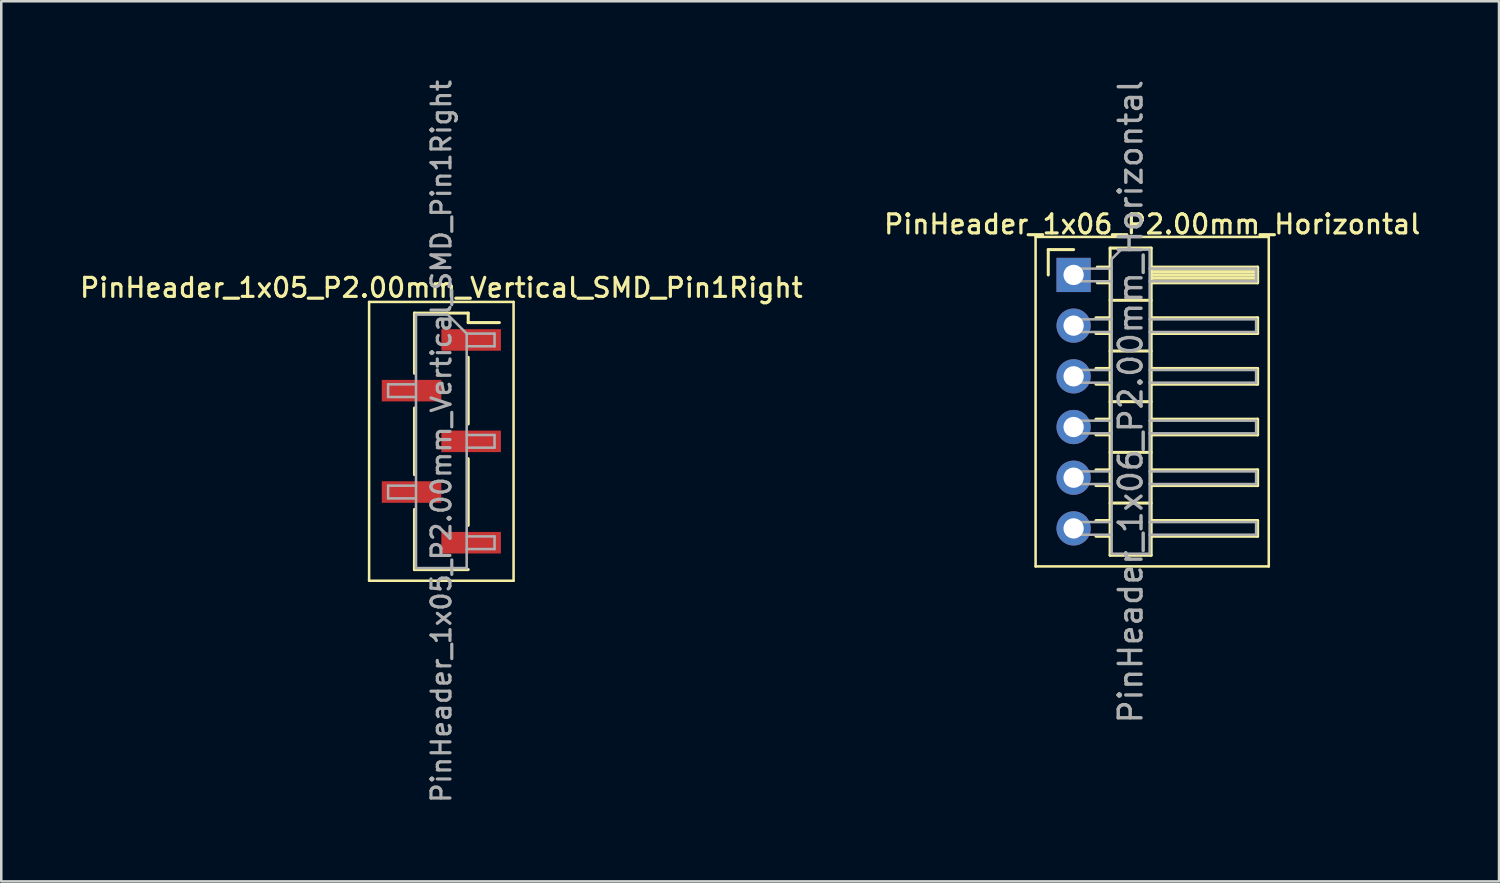
<source format=kicad_pcb>
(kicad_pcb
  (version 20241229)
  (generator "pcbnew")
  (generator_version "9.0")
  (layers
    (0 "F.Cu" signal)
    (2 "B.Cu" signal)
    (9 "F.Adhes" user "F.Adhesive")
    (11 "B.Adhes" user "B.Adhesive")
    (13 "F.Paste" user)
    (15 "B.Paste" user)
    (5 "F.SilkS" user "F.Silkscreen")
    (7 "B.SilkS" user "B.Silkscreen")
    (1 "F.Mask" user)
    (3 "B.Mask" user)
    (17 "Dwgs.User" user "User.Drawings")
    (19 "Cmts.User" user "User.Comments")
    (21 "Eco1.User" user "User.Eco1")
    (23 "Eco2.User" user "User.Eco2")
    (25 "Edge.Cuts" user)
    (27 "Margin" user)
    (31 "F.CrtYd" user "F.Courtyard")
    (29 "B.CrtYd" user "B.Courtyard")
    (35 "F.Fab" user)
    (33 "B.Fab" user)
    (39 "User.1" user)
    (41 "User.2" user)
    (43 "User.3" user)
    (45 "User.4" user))
  (footprint "PinHeader_1x06_P2.00mm_Horizontal"
    (layer "F.Cu")
    (at 39.309 7.798)
    (property "Reference" "PinHeader_1x06_P2.00mm_Horizontal" (at 3.1 -2 0) (layer "F.SilkS") (effects (font (size 0.75 0.75) (thickness 0.125))))
    (attr through_hole)
    (fp_line (start -1.5 -1.5) (end -1.5 11.5) (stroke (width 0.1) (type solid)) (layer "F.SilkS"))
    (fp_line (start -1.5 11.5) (end 7.7 11.5) (stroke (width 0.1) (type solid)) (layer "F.SilkS"))
    (fp_line (start -1 -1) (end 0 -1) (stroke (width 0.12) (type solid)) (layer "F.SilkS"))
    (fp_line (start -1 0) (end -1 -1) (stroke (width 0.12) (type solid)) (layer "F.SilkS"))
    (fp_line (start 0.882 1.69) (end 1.44 1.69) (stroke (width 0.12) (type solid)) (layer "F.SilkS"))
    (fp_line (start 0.882 2.31) (end 1.44 2.31) (stroke (width 0.12) (type solid)) (layer "F.SilkS"))
    (fp_line (start 0.882 3.69) (end 1.44 3.69) (stroke (width 0.12) (type solid)) (layer "F.SilkS"))
    (fp_line (start 0.882 4.31) (end 1.44 4.31) (stroke (width 0.12) (type solid)) (layer "F.SilkS"))
    (fp_line (start 0.882 5.69) (end 1.44 5.69) (stroke (width 0.12) (type solid)) (layer "F.SilkS"))
    (fp_line (start 0.882 6.31) (end 1.44 6.31) (stroke (width 0.12) (type solid)) (layer "F.SilkS"))
    (fp_line (start 0.882 7.69) (end 1.44 7.69) (stroke (width 0.12) (type solid)) (layer "F.SilkS"))
    (fp_line (start 0.882 8.31) (end 1.44 8.31) (stroke (width 0.12) (type solid)) (layer "F.SilkS"))
    (fp_line (start 0.882 9.69) (end 1.44 9.69) (stroke (width 0.12) (type solid)) (layer "F.SilkS"))
    (fp_line (start 0.882 10.31) (end 1.44 10.31) (stroke (width 0.12) (type solid)) (layer "F.SilkS"))
    (fp_line (start 0.935 -0.31) (end 1.44 -0.31) (stroke (width 0.12) (type solid)) (layer "F.SilkS"))
    (fp_line (start 0.935 0.31) (end 1.44 0.31) (stroke (width 0.12) (type solid)) (layer "F.SilkS"))
    (fp_line (start 1.44 -1.06) (end 1.44 11.06) (stroke (width 0.12) (type solid)) (layer "F.SilkS"))
    (fp_line (start 1.44 1) (end 3.06 1) (stroke (width 0.12) (type solid)) (layer "F.SilkS"))
    (fp_line (start 1.44 3) (end 3.06 3) (stroke (width 0.12) (type solid)) (layer "F.SilkS"))
    (fp_line (start 1.44 5) (end 3.06 5) (stroke (width 0.12) (type solid)) (layer "F.SilkS"))
    (fp_line (start 1.44 7) (end 3.06 7) (stroke (width 0.12) (type solid)) (layer "F.SilkS"))
    (fp_line (start 1.44 9) (end 3.06 9) (stroke (width 0.12) (type solid)) (layer "F.SilkS"))
    (fp_line (start 1.44 11.06) (end 3.06 11.06) (stroke (width 0.12) (type solid)) (layer "F.SilkS"))
    (fp_line (start 3.06 -1.06) (end 1.44 -1.06) (stroke (width 0.12) (type solid)) (layer "F.SilkS"))
    (fp_line (start 3.06 -0.31) (end 7.26 -0.31) (stroke (width 0.12) (type solid)) (layer "F.SilkS"))
    (fp_line (start 3.06 -0.25) (end 7.26 -0.25) (stroke (width 0.12) (type solid)) (layer "F.SilkS"))
    (fp_line (start 3.06 -0.13) (end 7.26 -0.13) (stroke (width 0.12) (type solid)) (layer "F.SilkS"))
    (fp_line (start 3.06 -0.01) (end 7.26 -0.01) (stroke (width 0.12) (type solid)) (layer "F.SilkS"))
    (fp_line (start 3.06 0.11) (end 7.26 0.11) (stroke (width 0.12) (type solid)) (layer "F.SilkS"))
    (fp_line (start 3.06 0.23) (end 7.26 0.23) (stroke (width 0.12) (type solid)) (layer "F.SilkS"))
    (fp_line (start 3.06 1.69) (end 7.26 1.69) (stroke (width 0.12) (type solid)) (layer "F.SilkS"))
    (fp_line (start 3.06 3.69) (end 7.26 3.69) (stroke (width 0.12) (type solid)) (layer "F.SilkS"))
    (fp_line (start 3.06 5.69) (end 7.26 5.69) (stroke (width 0.12) (type solid)) (layer "F.SilkS"))
    (fp_line (start 3.06 7.69) (end 7.26 7.69) (stroke (width 0.12) (type solid)) (layer "F.SilkS"))
    (fp_line (start 3.06 9.69) (end 7.26 9.69) (stroke (width 0.12) (type solid)) (layer "F.SilkS"))
    (fp_line (start 3.06 11.06) (end 3.06 -1.06) (stroke (width 0.12) (type solid)) (layer "F.SilkS"))
    (fp_line (start 7.26 -0.31) (end 7.26 0.31) (stroke (width 0.12) (type solid)) (layer "F.SilkS"))
    (fp_line (start 7.26 0.31) (end 3.06 0.31) (stroke (width 0.12) (type solid)) (layer "F.SilkS"))
    (fp_line (start 7.26 1.69) (end 7.26 2.31) (stroke (width 0.12) (type solid)) (layer "F.SilkS"))
    (fp_line (start 7.26 2.31) (end 3.06 2.31) (stroke (width 0.12) (type solid)) (layer "F.SilkS"))
    (fp_line (start 7.26 3.69) (end 7.26 4.31) (stroke (width 0.12) (type solid)) (layer "F.SilkS"))
    (fp_line (start 7.26 4.31) (end 3.06 4.31) (stroke (width 0.12) (type solid)) (layer "F.SilkS"))
    (fp_line (start 7.26 5.69) (end 7.26 6.31) (stroke (width 0.12) (type solid)) (layer "F.SilkS"))
    (fp_line (start 7.26 6.31) (end 3.06 6.31) (stroke (width 0.12) (type solid)) (layer "F.SilkS"))
    (fp_line (start 7.26 7.69) (end 7.26 8.31) (stroke (width 0.12) (type solid)) (layer "F.SilkS"))
    (fp_line (start 7.26 8.31) (end 3.06 8.31) (stroke (width 0.12) (type solid)) (layer "F.SilkS"))
    (fp_line (start 7.26 9.69) (end 7.26 10.31) (stroke (width 0.12) (type solid)) (layer "F.SilkS"))
    (fp_line (start 7.26 10.31) (end 3.06 10.31) (stroke (width 0.12) (type solid)) (layer "F.SilkS"))
    (fp_line (start 7.7 -1.5) (end -1.5 -1.5) (stroke (width 0.1) (type solid)) (layer "F.SilkS"))
    (fp_line (start 7.7 11.5) (end 7.7 -1.5) (stroke (width 0.1) (type solid)) (layer "F.SilkS"))
    (fp_line (start -0.25 -0.25) (end -0.25 0.25) (stroke (width 0.1) (type solid)) (layer "F.Fab"))
    (fp_line (start -0.25 -0.25) (end 1.5 -0.25) (stroke (width 0.1) (type solid)) (layer "F.Fab"))
    (fp_line (start -0.25 0.25) (end 1.5 0.25) (stroke (width 0.1) (type solid)) (layer "F.Fab"))
    (fp_line (start -0.25 1.75) (end -0.25 2.25) (stroke (width 0.1) (type solid)) (layer "F.Fab"))
    (fp_line (start -0.25 1.75) (end 1.5 1.75) (stroke (width 0.1) (type solid)) (layer "F.Fab"))
    (fp_line (start -0.25 2.25) (end 1.5 2.25) (stroke (width 0.1) (type solid)) (layer "F.Fab"))
    (fp_line (start -0.25 3.75) (end -0.25 4.25) (stroke (width 0.1) (type solid)) (layer "F.Fab"))
    (fp_line (start -0.25 3.75) (end 1.5 3.75) (stroke (width 0.1) (type solid)) (layer "F.Fab"))
    (fp_line (start -0.25 4.25) (end 1.5 4.25) (stroke (width 0.1) (type solid)) (layer "F.Fab"))
    (fp_line (start -0.25 5.75) (end -0.25 6.25) (stroke (width 0.1) (type solid)) (layer "F.Fab"))
    (fp_line (start -0.25 5.75) (end 1.5 5.75) (stroke (width 0.1) (type solid)) (layer "F.Fab"))
    (fp_line (start -0.25 6.25) (end 1.5 6.25) (stroke (width 0.1) (type solid)) (layer "F.Fab"))
    (fp_line (start -0.25 7.75) (end -0.25 8.25) (stroke (width 0.1) (type solid)) (layer "F.Fab"))
    (fp_line (start -0.25 7.75) (end 1.5 7.75) (stroke (width 0.1) (type solid)) (layer "F.Fab"))
    (fp_line (start -0.25 8.25) (end 1.5 8.25) (stroke (width 0.1) (type solid)) (layer "F.Fab"))
    (fp_line (start -0.25 9.75) (end -0.25 10.25) (stroke (width 0.1) (type solid)) (layer "F.Fab"))
    (fp_line (start -0.25 9.75) (end 1.5 9.75) (stroke (width 0.1) (type solid)) (layer "F.Fab"))
    (fp_line (start -0.25 10.25) (end 1.5 10.25) (stroke (width 0.1) (type solid)) (layer "F.Fab"))
    (fp_line (start 1.5 -0.625) (end 1.875 -1) (stroke (width 0.1) (type solid)) (layer "F.Fab"))
    (fp_line (start 1.5 11) (end 1.5 -0.625) (stroke (width 0.1) (type solid)) (layer "F.Fab"))
    (fp_line (start 1.875 -1) (end 3 -1) (stroke (width 0.1) (type solid)) (layer "F.Fab"))
    (fp_line (start 3 -1) (end 3 11) (stroke (width 0.1) (type solid)) (layer "F.Fab"))
    (fp_line (start 3 -0.25) (end 7.2 -0.25) (stroke (width 0.1) (type solid)) (layer "F.Fab"))
    (fp_line (start 3 0.25) (end 7.2 0.25) (stroke (width 0.1) (type solid)) (layer "F.Fab"))
    (fp_line (start 3 1.75) (end 7.2 1.75) (stroke (width 0.1) (type solid)) (layer "F.Fab"))
    (fp_line (start 3 2.25) (end 7.2 2.25) (stroke (width 0.1) (type solid)) (layer "F.Fab"))
    (fp_line (start 3 3.75) (end 7.2 3.75) (stroke (width 0.1) (type solid)) (layer "F.Fab"))
    (fp_line (start 3 4.25) (end 7.2 4.25) (stroke (width 0.1) (type solid)) (layer "F.Fab"))
    (fp_line (start 3 5.75) (end 7.2 5.75) (stroke (width 0.1) (type solid)) (layer "F.Fab"))
    (fp_line (start 3 6.25) (end 7.2 6.25) (stroke (width 0.1) (type solid)) (layer "F.Fab"))
    (fp_line (start 3 7.75) (end 7.2 7.75) (stroke (width 0.1) (type solid)) (layer "F.Fab"))
    (fp_line (start 3 8.25) (end 7.2 8.25) (stroke (width 0.1) (type solid)) (layer "F.Fab"))
    (fp_line (start 3 9.75) (end 7.2 9.75) (stroke (width 0.1) (type solid)) (layer "F.Fab"))
    (fp_line (start 3 10.25) (end 7.2 10.25) (stroke (width 0.1) (type solid)) (layer "F.Fab"))
    (fp_line (start 3 11) (end 1.5 11) (stroke (width 0.1) (type solid)) (layer "F.Fab"))
    (fp_line (start 7.2 -0.25) (end 7.2 0.25) (stroke (width 0.1) (type solid)) (layer "F.Fab"))
    (fp_line (start 7.2 1.75) (end 7.2 2.25) (stroke (width 0.1) (type solid)) (layer "F.Fab"))
    (fp_line (start 7.2 3.75) (end 7.2 4.25) (stroke (width 0.1) (type solid)) (layer "F.Fab"))
    (fp_line (start 7.2 5.75) (end 7.2 6.25) (stroke (width 0.1) (type solid)) (layer "F.Fab"))
    (fp_line (start 7.2 7.75) (end 7.2 8.25) (stroke (width 0.1) (type solid)) (layer "F.Fab"))
    (fp_line (start 7.2 9.75) (end 7.2 10.25) (stroke (width 0.1) (type solid)) (layer "F.Fab"))
    (fp_text user "${REFERENCE}" (at 2.25 5 90) (layer "F.Fab") (effects (font (size 0.9 0.9) (thickness 0.135))))
    (pad "1" thru_hole rect (at 0 0) (size 1.35 1.35) (drill 0.8) (layers "*.Cu" "*.Mask"))
    (pad "2" thru_hole oval (at 0 2) (size 1.35 1.35) (drill 0.8) (layers "*.Cu" "*.Mask"))
    (pad "3" thru_hole oval (at 0 4) (size 1.35 1.35) (drill 0.8) (layers "*.Cu" "*.Mask"))
    (pad "4" thru_hole oval (at 0 6) (size 1.35 1.35) (drill 0.8) (layers "*.Cu" "*.Mask"))
    (pad "5" thru_hole oval (at 0 8) (size 1.35 1.35) (drill 0.8) (layers "*.Cu" "*.Mask"))
    (pad "6" thru_hole oval (at 0 10) (size 1.35 1.35) (drill 0.8) (layers "*.Cu" "*.Mask")))
  (footprint "PinHeader_1x05_P2.00mm_Vertical_SMD_Pin1Right"
    (layer "F.Cu")
    (at 14.363 14.363)
    (property "Reference" "PinHeader_1x05_P2.00mm_Vertical_SMD_Pin1Right" (at 0 -6.06 0) (layer "F.SilkS") (effects (font (size 0.75 0.75) (thickness 0.125))))
    (attr smd)
    (fp_line (start -2.85 -5.5) (end -2.85 5.5) (stroke (width 0.1) (type solid)) (layer "F.SilkS"))
    (fp_line (start -2.85 5.5) (end 2.85 5.5) (stroke (width 0.1) (type solid)) (layer "F.SilkS"))
    (fp_line (start -1.06 -5.06) (end -1.06 -2.685) (stroke (width 0.12) (type solid)) (layer "F.SilkS"))
    (fp_line (start -1.06 -5.06) (end 1.06 -5.06) (stroke (width 0.12) (type solid)) (layer "F.SilkS"))
    (fp_line (start -1.06 -1.315) (end -1.06 1.315) (stroke (width 0.12) (type solid)) (layer "F.SilkS"))
    (fp_line (start -1.06 2.685) (end -1.06 5.06) (stroke (width 0.12) (type solid)) (layer "F.SilkS"))
    (fp_line (start -1.06 4.685) (end -1.06 5.06) (stroke (width 0.12) (type solid)) (layer "F.SilkS"))
    (fp_line (start -1.06 5.06) (end 1.06 5.06) (stroke (width 0.12) (type solid)) (layer "F.SilkS"))
    (fp_line (start 1.06 -5.06) (end 1.06 -4.685) (stroke (width 0.12) (type solid)) (layer "F.SilkS"))
    (fp_line (start 1.06 -4.685) (end 2.29 -4.685) (stroke (width 0.12) (type solid)) (layer "F.SilkS"))
    (fp_line (start 1.06 -3.315) (end 1.06 -0.685) (stroke (width 0.12) (type solid)) (layer "F.SilkS"))
    (fp_line (start 1.06 0.685) (end 1.06 3.315) (stroke (width 0.12) (type solid)) (layer "F.SilkS"))
    (fp_line (start 2.85 -5.5) (end -2.85 -5.5) (stroke (width 0.1) (type solid)) (layer "F.SilkS"))
    (fp_line (start 2.85 5.5) (end 2.85 -5.5) (stroke (width 0.1) (type solid)) (layer "F.SilkS"))
    (fp_line (start -2.1 -2.25) (end -2.1 -1.75) (stroke (width 0.1) (type solid)) (layer "F.Fab"))
    (fp_line (start -2.1 -1.75) (end -1 -1.75) (stroke (width 0.1) (type solid)) (layer "F.Fab"))
    (fp_line (start -2.1 1.75) (end -2.1 2.25) (stroke (width 0.1) (type solid)) (layer "F.Fab"))
    (fp_line (start -2.1 2.25) (end -1 2.25) (stroke (width 0.1) (type solid)) (layer "F.Fab"))
    (fp_line (start -1 -5) (end -1 5) (stroke (width 0.1) (type solid)) (layer "F.Fab"))
    (fp_line (start -1 -5) (end 0.25 -5) (stroke (width 0.1) (type solid)) (layer "F.Fab"))
    (fp_line (start -1 -2.25) (end -2.1 -2.25) (stroke (width 0.1) (type solid)) (layer "F.Fab"))
    (fp_line (start -1 1.75) (end -2.1 1.75) (stroke (width 0.1) (type solid)) (layer "F.Fab"))
    (fp_line (start 1 -4.25) (end 0.25 -5) (stroke (width 0.1) (type solid)) (layer "F.Fab"))
    (fp_line (start 1 -4.25) (end 2.1 -4.25) (stroke (width 0.1) (type solid)) (layer "F.Fab"))
    (fp_line (start 1 -0.25) (end 2.1 -0.25) (stroke (width 0.1) (type solid)) (layer "F.Fab"))
    (fp_line (start 1 3.75) (end 2.1 3.75) (stroke (width 0.1) (type solid)) (layer "F.Fab"))
    (fp_line (start 1 5) (end -1 5) (stroke (width 0.1) (type solid)) (layer "F.Fab"))
    (fp_line (start 1 5) (end 1 -4.25) (stroke (width 0.1) (type solid)) (layer "F.Fab"))
    (fp_line (start 2.1 -4.25) (end 2.1 -3.75) (stroke (width 0.1) (type solid)) (layer "F.Fab"))
    (fp_line (start 2.1 -3.75) (end 1 -3.75) (stroke (width 0.1) (type solid)) (layer "F.Fab"))
    (fp_line (start 2.1 -0.25) (end 2.1 0.25) (stroke (width 0.1) (type solid)) (layer "F.Fab"))
    (fp_line (start 2.1 0.25) (end 1 0.25) (stroke (width 0.1) (type solid)) (layer "F.Fab"))
    (fp_line (start 2.1 3.75) (end 2.1 4.25) (stroke (width 0.1) (type solid)) (layer "F.Fab"))
    (fp_line (start 2.1 4.25) (end 1 4.25) (stroke (width 0.1) (type solid)) (layer "F.Fab"))
    (fp_text user "${REFERENCE}" (at 0 0 90) (layer "F.Fab") (effects (font (size 0.75 0.75) (thickness 0.125))))
    (pad "1" smd rect (at 1.175 -4) (size 2.35 0.85) (layers "F.Cu" "F.Mask" "F.Paste"))
    (pad "2" smd rect (at -1.175 -2) (size 2.35 0.85) (layers "F.Cu" "F.Mask" "F.Paste"))
    (pad "3" smd rect (at 1.175 0) (size 2.35 0.85) (layers "F.Cu" "F.Mask" "F.Paste"))
    (pad "4" smd rect (at -1.175 2) (size 2.35 0.85) (layers "F.Cu" "F.Mask" "F.Paste"))
    (pad "5" smd rect (at 1.175 4) (size 2.35 0.85) (layers "F.Cu" "F.Mask" "F.Paste")))
  (gr_rect
    (start -3 -3)
    (end 56.093 31.725)
    (stroke (width 0.1) (type default))
    (fill no)
    (layer "Edge.Cuts")))
</source>
